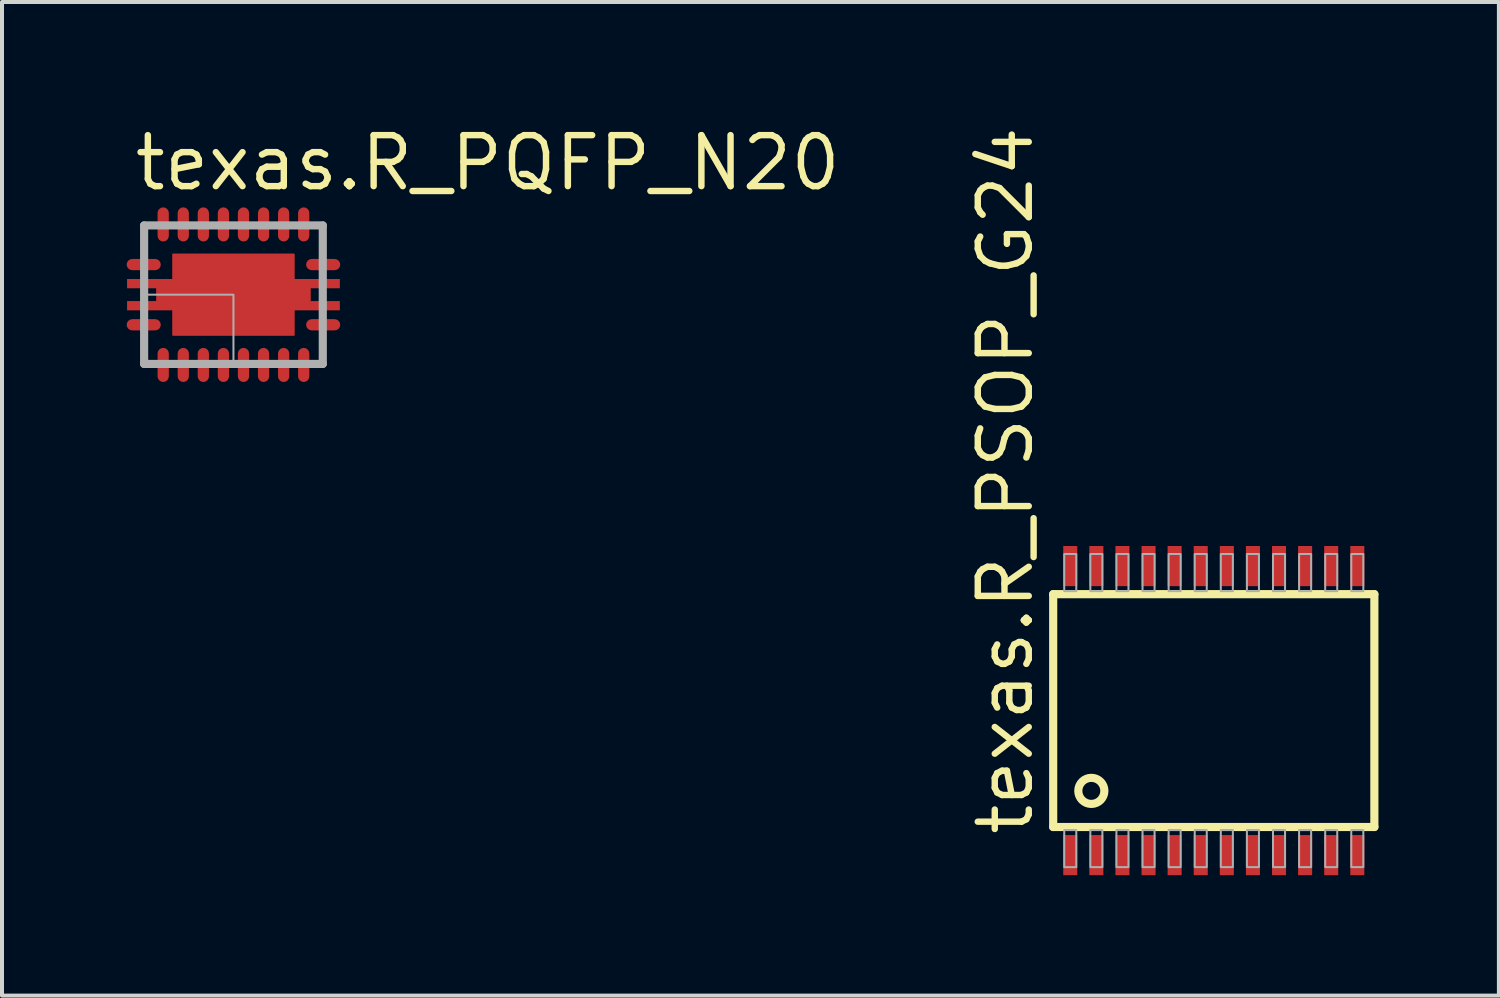
<source format=kicad_pcb>
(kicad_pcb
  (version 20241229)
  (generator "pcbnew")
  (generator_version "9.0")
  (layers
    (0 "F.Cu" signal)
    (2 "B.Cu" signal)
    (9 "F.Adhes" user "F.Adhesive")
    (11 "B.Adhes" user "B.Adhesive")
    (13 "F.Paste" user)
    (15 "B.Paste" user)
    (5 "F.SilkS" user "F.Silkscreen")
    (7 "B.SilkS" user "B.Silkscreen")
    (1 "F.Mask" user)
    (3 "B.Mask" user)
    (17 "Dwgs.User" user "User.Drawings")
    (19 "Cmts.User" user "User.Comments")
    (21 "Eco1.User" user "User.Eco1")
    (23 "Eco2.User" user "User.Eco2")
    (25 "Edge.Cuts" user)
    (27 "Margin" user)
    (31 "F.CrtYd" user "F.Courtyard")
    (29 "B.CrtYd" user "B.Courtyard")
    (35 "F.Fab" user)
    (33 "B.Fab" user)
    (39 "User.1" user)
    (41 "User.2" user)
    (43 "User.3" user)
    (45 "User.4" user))
  (footprint "texas.R_PQFP_N20"
    (layer "F.Cu")
    (at 2.765 4.29)
    (property "Reference" "texas.R_PQFP_N20" (at -2.54 -2.54 0) (layer "F.SilkS") (effects (font (size 1.27 1.27) (thickness 0.16)) (justify left bottom)))
    (attr smd)
    (fp_rect (start -2.74 -0.54) (end -1.94 -0.96) (stroke (width 0.05) (type default)) (fill yes) (layer "F.Mask"))
    (fp_rect (start -2.74 0.96) (end -1.94 0.54) (stroke (width 0.05) (type default)) (fill yes) (layer "F.Mask"))
    (fp_rect (start -2.675 -0.15) (end -1.5 -0.4) (stroke (width 0.05) (type default)) (fill yes) (layer "F.Mask"))
    (fp_rect (start -2.675 0.4) (end -1.5 0.15) (stroke (width 0.05) (type default)) (fill yes) (layer "F.Mask"))
    (fp_rect (start -1.96 -1.44) (end -1.54 -2.24) (stroke (width 0.05) (type default)) (fill yes) (layer "F.Mask"))
    (fp_rect (start -1.96 2.24) (end -1.54 1.44) (stroke (width 0.05) (type default)) (fill yes) (layer "F.Mask"))
    (fp_rect (start -1.95 0.175) (end -1.5 -0.175) (stroke (width 0.05) (type default)) (fill yes) (layer "F.Mask"))
    (fp_rect (start -1.55 1.05) (end 1.55 -1.05) (stroke (width 0.05) (type default)) (fill yes) (layer "F.Mask"))
    (fp_rect (start -1.46 -1.44) (end -1.04 -2.24) (stroke (width 0.05) (type default)) (fill yes) (layer "F.Mask"))
    (fp_rect (start -1.46 2.24) (end -1.04 1.44) (stroke (width 0.05) (type default)) (fill yes) (layer "F.Mask"))
    (fp_rect (start -0.96 -1.44) (end -0.54 -2.24) (stroke (width 0.05) (type default)) (fill yes) (layer "F.Mask"))
    (fp_rect (start -0.96 2.24) (end -0.54 1.44) (stroke (width 0.05) (type default)) (fill yes) (layer "F.Mask"))
    (fp_rect (start -0.46 -1.44) (end -0.04 -2.24) (stroke (width 0.05) (type default)) (fill yes) (layer "F.Mask"))
    (fp_rect (start -0.46 2.24) (end -0.04 1.44) (stroke (width 0.05) (type default)) (fill yes) (layer "F.Mask"))
    (fp_rect (start 0.04 -1.44) (end 0.46 -2.24) (stroke (width 0.05) (type default)) (fill yes) (layer "F.Mask"))
    (fp_rect (start 0.04 2.24) (end 0.46 1.44) (stroke (width 0.05) (type default)) (fill yes) (layer "F.Mask"))
    (fp_rect (start 0.54 -1.44) (end 0.96 -2.24) (stroke (width 0.05) (type default)) (fill yes) (layer "F.Mask"))
    (fp_rect (start 0.54 2.24) (end 0.96 1.44) (stroke (width 0.05) (type default)) (fill yes) (layer "F.Mask"))
    (fp_rect (start 1.04 -1.44) (end 1.46 -2.24) (stroke (width 0.05) (type default)) (fill yes) (layer "F.Mask"))
    (fp_rect (start 1.04 2.24) (end 1.46 1.44) (stroke (width 0.05) (type default)) (fill yes) (layer "F.Mask"))
    (fp_rect (start 1.5 -0.15) (end 2.675 -0.4) (stroke (width 0.05) (type default)) (fill yes) (layer "F.Mask"))
    (fp_rect (start 1.5 0.175) (end 1.95 -0.175) (stroke (width 0.05) (type default)) (fill yes) (layer "F.Mask"))
    (fp_rect (start 1.5 0.4) (end 2.675 0.15) (stroke (width 0.05) (type default)) (fill yes) (layer "F.Mask"))
    (fp_rect (start 1.54 -1.44) (end 1.96 -2.24) (stroke (width 0.05) (type default)) (fill yes) (layer "F.Mask"))
    (fp_rect (start 1.54 2.24) (end 1.96 1.44) (stroke (width 0.05) (type default)) (fill yes) (layer "F.Mask"))
    (fp_rect (start 1.94 -0.54) (end 2.74 -0.96) (stroke (width 0.05) (type default)) (fill yes) (layer "F.Mask"))
    (fp_rect (start 1.94 0.96) (end 2.74 0.54) (stroke (width 0.05) (type default)) (fill yes) (layer "F.Mask"))
    (fp_circle (center -1.94 -0.75) (end -1.73 -0.75) (stroke (width 0.1) (type default)) (fill no) (layer "F.Mask"))
    (fp_circle (center -1.94 0.75) (end -1.73 0.75) (stroke (width 0.1) (type default)) (fill no) (layer "F.Mask"))
    (fp_circle (center -1.75 -1.44) (end -1.54 -1.44) (stroke (width 0.1) (type default)) (fill no) (layer "F.Mask"))
    (fp_circle (center -1.75 1.44) (end -1.54 1.44) (stroke (width 0.1) (type default)) (fill no) (layer "F.Mask"))
    (fp_circle (center -1.25 -1.44) (end -1.04 -1.44) (stroke (width 0.1) (type default)) (fill no) (layer "F.Mask"))
    (fp_circle (center -1.25 1.44) (end -1.04 1.44) (stroke (width 0.1) (type default)) (fill no) (layer "F.Mask"))
    (fp_circle (center -0.75 -1.44) (end -0.54 -1.44) (stroke (width 0.1) (type default)) (fill no) (layer "F.Mask"))
    (fp_circle (center -0.75 1.44) (end -0.54 1.44) (stroke (width 0.1) (type default)) (fill no) (layer "F.Mask"))
    (fp_circle (center -0.25 -1.44) (end -0.04 -1.44) (stroke (width 0.1) (type default)) (fill no) (layer "F.Mask"))
    (fp_circle (center -0.25 1.44) (end -0.04 1.44) (stroke (width 0.1) (type default)) (fill no) (layer "F.Mask"))
    (fp_circle (center 0.25 -1.44) (end 0.46 -1.44) (stroke (width 0.1) (type default)) (fill no) (layer "F.Mask"))
    (fp_circle (center 0.25 1.44) (end 0.46 1.44) (stroke (width 0.1) (type default)) (fill no) (layer "F.Mask"))
    (fp_circle (center 0.75 -1.44) (end 0.96 -1.44) (stroke (width 0.1) (type default)) (fill no) (layer "F.Mask"))
    (fp_circle (center 0.75 1.44) (end 0.96 1.44) (stroke (width 0.1) (type default)) (fill no) (layer "F.Mask"))
    (fp_circle (center 1.25 -1.44) (end 1.46 -1.44) (stroke (width 0.1) (type default)) (fill no) (layer "F.Mask"))
    (fp_circle (center 1.25 1.44) (end 1.46 1.44) (stroke (width 0.1) (type default)) (fill no) (layer "F.Mask"))
    (fp_circle (center 1.75 -1.44) (end 1.96 -1.44) (stroke (width 0.1) (type default)) (fill no) (layer "F.Mask"))
    (fp_circle (center 1.75 1.44) (end 1.96 1.44) (stroke (width 0.1) (type default)) (fill no) (layer "F.Mask"))
    (fp_circle (center 1.94 -0.75) (end 2.15 -0.75) (stroke (width 0.1) (type default)) (fill no) (layer "F.Mask"))
    (fp_circle (center 1.94 0.75) (end 2.15 0.75) (stroke (width 0.1) (type default)) (fill no) (layer "F.Mask"))
    (fp_rect (start -2.625 -0.635) (end -1.94 -0.865) (stroke (width 0.05) (type default)) (fill yes) (layer "F.Paste"))
    (fp_rect (start -2.625 -0.16) (end -1.725 -0.39) (stroke (width 0.05) (type default)) (fill yes) (layer "F.Paste"))
    (fp_rect (start -2.625 0.39) (end -1.725 0.16) (stroke (width 0.05) (type default)) (fill yes) (layer "F.Paste"))
    (fp_rect (start -2.625 0.865) (end -1.94 0.635) (stroke (width 0.05) (type default)) (fill yes) (layer "F.Paste"))
    (fp_rect (start -1.865 -1.44) (end -1.635 -2.125) (stroke (width 0.05) (type default)) (fill yes) (layer "F.Paste"))
    (fp_rect (start -1.865 2.125) (end -1.635 1.44) (stroke (width 0.05) (type default)) (fill yes) (layer "F.Paste"))
    (fp_rect (start -1.47 -0.15) (end -0.15 -0.97) (stroke (width 0.05) (type default)) (fill yes) (layer "F.Paste"))
    (fp_rect (start -1.47 0.97) (end -0.15 0.15) (stroke (width 0.05) (type default)) (fill yes) (layer "F.Paste"))
    (fp_rect (start -1.365 -1.44) (end -1.135 -2.125) (stroke (width 0.05) (type default)) (fill yes) (layer "F.Paste"))
    (fp_rect (start -1.365 2.125) (end -1.135 1.44) (stroke (width 0.05) (type default)) (fill yes) (layer "F.Paste"))
    (fp_rect (start -0.865 -1.44) (end -0.635 -2.125) (stroke (width 0.05) (type default)) (fill yes) (layer "F.Paste"))
    (fp_rect (start -0.865 2.125) (end -0.635 1.44) (stroke (width 0.05) (type default)) (fill yes) (layer "F.Paste"))
    (fp_rect (start -0.365 -1.44) (end -0.135 -2.125) (stroke (width 0.05) (type default)) (fill yes) (layer "F.Paste"))
    (fp_rect (start -0.365 2.125) (end -0.135 1.44) (stroke (width 0.05) (type default)) (fill yes) (layer "F.Paste"))
    (fp_rect (start 0.135 -1.44) (end 0.365 -2.125) (stroke (width 0.05) (type default)) (fill yes) (layer "F.Paste"))
    (fp_rect (start 0.135 2.125) (end 0.365 1.44) (stroke (width 0.05) (type default)) (fill yes) (layer "F.Paste"))
    (fp_rect (start 0.15 -0.15) (end 1.47 -0.97) (stroke (width 0.05) (type default)) (fill yes) (layer "F.Paste"))
    (fp_rect (start 0.15 0.97) (end 1.47 0.15) (stroke (width 0.05) (type default)) (fill yes) (layer "F.Paste"))
    (fp_rect (start 0.635 -1.44) (end 0.865 -2.125) (stroke (width 0.05) (type default)) (fill yes) (layer "F.Paste"))
    (fp_rect (start 0.635 2.125) (end 0.865 1.44) (stroke (width 0.05) (type default)) (fill yes) (layer "F.Paste"))
    (fp_rect (start 1.135 -1.44) (end 1.365 -2.125) (stroke (width 0.05) (type default)) (fill yes) (layer "F.Paste"))
    (fp_rect (start 1.135 2.125) (end 1.365 1.44) (stroke (width 0.05) (type default)) (fill yes) (layer "F.Paste"))
    (fp_rect (start 1.635 -1.44) (end 1.865 -2.125) (stroke (width 0.05) (type default)) (fill yes) (layer "F.Paste"))
    (fp_rect (start 1.635 2.125) (end 1.865 1.44) (stroke (width 0.05) (type default)) (fill yes) (layer "F.Paste"))
    (fp_rect (start 1.725 -0.16) (end 2.625 -0.39) (stroke (width 0.05) (type default)) (fill yes) (layer "F.Paste"))
    (fp_rect (start 1.725 0.39) (end 2.625 0.16) (stroke (width 0.05) (type default)) (fill yes) (layer "F.Paste"))
    (fp_rect (start 1.94 -0.635) (end 2.625 -0.865) (stroke (width 0.05) (type default)) (fill yes) (layer "F.Paste"))
    (fp_rect (start 1.94 0.865) (end 2.625 0.635) (stroke (width 0.05) (type default)) (fill yes) (layer "F.Paste"))
    (fp_circle (center -1.94 -0.75) (end -1.825 -0.75) (stroke (width 0.1) (type default)) (fill no) (layer "F.Paste"))
    (fp_circle (center -1.94 0.75) (end -1.825 0.75) (stroke (width 0.1) (type default)) (fill no) (layer "F.Paste"))
    (fp_circle (center -1.75 -1.44) (end -1.635 -1.44) (stroke (width 0.1) (type default)) (fill no) (layer "F.Paste"))
    (fp_circle (center -1.75 1.44) (end -1.635 1.44) (stroke (width 0.1) (type default)) (fill no) (layer "F.Paste"))
    (fp_circle (center -1.25 -1.44) (end -1.135 -1.44) (stroke (width 0.1) (type default)) (fill no) (layer "F.Paste"))
    (fp_circle (center -1.25 1.44) (end -1.135 1.44) (stroke (width 0.1) (type default)) (fill no) (layer "F.Paste"))
    (fp_circle (center -0.75 -1.44) (end -0.635 -1.44) (stroke (width 0.1) (type default)) (fill no) (layer "F.Paste"))
    (fp_circle (center -0.75 1.44) (end -0.635 1.44) (stroke (width 0.1) (type default)) (fill no) (layer "F.Paste"))
    (fp_circle (center -0.25 -1.44) (end -0.135 -1.44) (stroke (width 0.1) (type default)) (fill no) (layer "F.Paste"))
    (fp_circle (center -0.25 1.44) (end -0.135 1.44) (stroke (width 0.1) (type default)) (fill no) (layer "F.Paste"))
    (fp_circle (center 0.25 -1.44) (end 0.365 -1.44) (stroke (width 0.1) (type default)) (fill no) (layer "F.Paste"))
    (fp_circle (center 0.25 1.44) (end 0.365 1.44) (stroke (width 0.1) (type default)) (fill no) (layer "F.Paste"))
    (fp_circle (center 0.75 -1.44) (end 0.865 -1.44) (stroke (width 0.1) (type default)) (fill no) (layer "F.Paste"))
    (fp_circle (center 0.75 1.44) (end 0.865 1.44) (stroke (width 0.1) (type default)) (fill no) (layer "F.Paste"))
    (fp_circle (center 1.25 -1.44) (end 1.365 -1.44) (stroke (width 0.1) (type default)) (fill no) (layer "F.Paste"))
    (fp_circle (center 1.25 1.44) (end 1.365 1.44) (stroke (width 0.1) (type default)) (fill no) (layer "F.Paste"))
    (fp_circle (center 1.75 -1.44) (end 1.865 -1.44) (stroke (width 0.1) (type default)) (fill no) (layer "F.Paste"))
    (fp_circle (center 1.75 1.44) (end 1.865 1.44) (stroke (width 0.1) (type default)) (fill no) (layer "F.Paste"))
    (fp_circle (center 1.94 -0.75) (end 2.055 -0.75) (stroke (width 0.1) (type default)) (fill no) (layer "F.Paste"))
    (fp_circle (center 1.94 0.75) (end 2.055 0.75) (stroke (width 0.1) (type default)) (fill no) (layer "F.Paste"))
    (fp_line (start -2.225 -1.725) (end 2.225 -1.725) (stroke (width 0.203) (type default)) (layer "F.Fab"))
    (fp_line (start -2.225 1.725) (end -2.225 -1.725) (stroke (width 0.203) (type default)) (layer "F.Fab"))
    (fp_line (start 2.225 -1.725) (end 2.225 1.725) (stroke (width 0.203) (type default)) (layer "F.Fab"))
    (fp_line (start 2.225 1.725) (end -2.225 1.725) (stroke (width 0.203) (type default)) (layer "F.Fab"))
    (fp_rect (start -2.215 1.725) (end 0 0) (stroke (width 0.05) (type default)) (fill no) (layer "F.Fab"))
    (pad "1" smd roundrect (at -2.235 0.75) (size 0.85 0.28) (layers "F.Cu" "F.Mask" "F.Paste") (roundrect_rratio 0.5))
    (pad "2" smd roundrect (at -1.75 1.75 90) (size 0.85 0.28) (layers "F.Cu" "F.Mask" "F.Paste") (roundrect_rratio 0.5))
    (pad "3" smd roundrect (at -1.25 1.75 90) (size 0.85 0.28) (layers "F.Cu" "F.Mask" "F.Paste") (roundrect_rratio 0.5))
    (pad "4" smd roundrect (at -0.75 1.75 90) (size 0.85 0.28) (layers "F.Cu" "F.Mask" "F.Paste") (roundrect_rratio 0.5))
    (pad "5" smd roundrect (at -0.25 1.75 90) (size 0.85 0.28) (layers "F.Cu" "F.Mask" "F.Paste") (roundrect_rratio 0.5))
    (pad "6" smd roundrect (at 0.25 1.75 90) (size 0.85 0.28) (layers "F.Cu" "F.Mask" "F.Paste") (roundrect_rratio 0.5))
    (pad "7" smd roundrect (at 0.75 1.75 90) (size 0.85 0.28) (layers "F.Cu" "F.Mask" "F.Paste") (roundrect_rratio 0.5))
    (pad "8" smd roundrect (at 1.25 1.75 90) (size 0.85 0.28) (layers "F.Cu" "F.Mask" "F.Paste") (roundrect_rratio 0.5))
    (pad "9" smd roundrect (at 1.75 1.75 90) (size 0.85 0.28) (layers "F.Cu" "F.Mask" "F.Paste") (roundrect_rratio 0.5))
    (pad "10" smd roundrect (at 2.235 0.75 180) (size 0.85 0.28) (layers "F.Cu" "F.Mask" "F.Paste") (roundrect_rratio 0.5))
    (pad "11" smd roundrect (at 2.235 -0.75 180) (size 0.85 0.28) (layers "F.Cu" "F.Mask" "F.Paste") (roundrect_rratio 0.5))
    (pad "12" smd roundrect (at 1.75 -1.75 270) (size 0.85 0.28) (layers "F.Cu" "F.Mask" "F.Paste") (roundrect_rratio 0.5))
    (pad "13" smd roundrect (at 1.25 -1.75 270) (size 0.85 0.28) (layers "F.Cu" "F.Mask" "F.Paste") (roundrect_rratio 0.5))
    (pad "14" smd roundrect (at 0.75 -1.75 270) (size 0.85 0.28) (layers "F.Cu" "F.Mask" "F.Paste") (roundrect_rratio 0.5))
    (pad "15" smd roundrect (at 0.25 -1.75 270) (size 0.85 0.28) (layers "F.Cu" "F.Mask" "F.Paste") (roundrect_rratio 0.5))
    (pad "16" smd roundrect (at -0.25 -1.75 270) (size 0.85 0.28) (layers "F.Cu" "F.Mask" "F.Paste") (roundrect_rratio 0.5))
    (pad "17" smd roundrect (at -0.75 -1.75 270) (size 0.85 0.28) (layers "F.Cu" "F.Mask" "F.Paste") (roundrect_rratio 0.5))
    (pad "18" smd roundrect (at -1.25 -1.75 270) (size 0.85 0.28) (layers "F.Cu" "F.Mask" "F.Paste") (roundrect_rratio 0.5))
    (pad "19" smd roundrect (at -1.75 -1.75 270) (size 0.85 0.28) (layers "F.Cu" "F.Mask" "F.Paste") (roundrect_rratio 0.5))
    (pad "20" smd roundrect (at -2.235 -0.75) (size 0.85 0.28) (layers "F.Cu" "F.Mask" "F.Paste") (roundrect_rratio 0.5))
    (pad "E@1" smd roundrect (at 0 0) (size 3.05 2.05) (layers "F.Cu" "F.Mask" "F.Paste") (roundrect_rratio 0.01))
    (pad "E@2" smd roundrect (at 0.0001 0) (size 3.85 0.5) (layers "F.Cu" "F.Mask" "F.Paste") (roundrect_rratio 0.01))
    (pad "E@3" smd roundrect (at 0 -0.275) (size 5.3 0.23) (layers "F.Cu" "F.Mask" "F.Paste") (roundrect_rratio 0.01))
    (pad "E@4" smd roundrect (at 0 0.275) (size 5.3 0.23) (layers "F.Cu" "F.Mask" "F.Paste") (roundrect_rratio 0.01)))
  (footprint "texas.R_PSOP_G24"
    (layer "F.Cu")
    (at 27.184 14.65)
    (property "Reference" "texas.R_PSOP_G24" (at -4.445 3.175 90) (layer "F.SilkS") (effects (font (size 1.27 1.27) (thickness 0.16)) (justify left bottom)))
    (attr smd)
    (fp_line (start -4 -2.9) (end 4 -2.9) (stroke (width 0.203) (type default)) (layer "F.SilkS"))
    (fp_line (start -4 2.9) (end -4 -2.9) (stroke (width 0.203) (type default)) (layer "F.SilkS"))
    (fp_line (start 4 -2.9) (end 4 2.9) (stroke (width 0.203) (type default)) (layer "F.SilkS"))
    (fp_line (start 4 2.9) (end -4 2.9) (stroke (width 0.203) (type default)) (layer "F.SilkS"))
    (fp_circle (center -3.05 2) (end -2.725 2) (stroke (width 0.203) (type default)) (fill no) (layer "F.SilkS"))
    (fp_rect (start -3.725 -2.975) (end -3.425 -3.9) (stroke (width 0.05) (type default)) (fill no) (layer "F.Fab"))
    (fp_rect (start -3.725 3.9) (end -3.425 2.975) (stroke (width 0.05) (type default)) (fill no) (layer "F.Fab"))
    (fp_rect (start -3.075 -2.975) (end -2.775 -3.9) (stroke (width 0.05) (type default)) (fill no) (layer "F.Fab"))
    (fp_rect (start -3.075 3.9) (end -2.775 2.975) (stroke (width 0.05) (type default)) (fill no) (layer "F.Fab"))
    (fp_rect (start -2.425 -2.975) (end -2.125 -3.9) (stroke (width 0.05) (type default)) (fill no) (layer "F.Fab"))
    (fp_rect (start -2.425 3.9) (end -2.125 2.975) (stroke (width 0.05) (type default)) (fill no) (layer "F.Fab"))
    (fp_rect (start -1.775 -2.975) (end -1.475 -3.9) (stroke (width 0.05) (type default)) (fill no) (layer "F.Fab"))
    (fp_rect (start -1.775 3.9) (end -1.475 2.975) (stroke (width 0.05) (type default)) (fill no) (layer "F.Fab"))
    (fp_rect (start -1.125 -2.975) (end -0.825 -3.9) (stroke (width 0.05) (type default)) (fill no) (layer "F.Fab"))
    (fp_rect (start -1.125 3.9) (end -0.825 2.975) (stroke (width 0.05) (type default)) (fill no) (layer "F.Fab"))
    (fp_rect (start -0.475 -2.975) (end -0.175 -3.9) (stroke (width 0.05) (type default)) (fill no) (layer "F.Fab"))
    (fp_rect (start -0.475 3.9) (end -0.175 2.975) (stroke (width 0.05) (type default)) (fill no) (layer "F.Fab"))
    (fp_rect (start 0.175 -2.975) (end 0.475 -3.9) (stroke (width 0.05) (type default)) (fill no) (layer "F.Fab"))
    (fp_rect (start 0.175 3.9) (end 0.475 2.975) (stroke (width 0.05) (type default)) (fill no) (layer "F.Fab"))
    (fp_rect (start 0.825 -2.975) (end 1.125 -3.9) (stroke (width 0.05) (type default)) (fill no) (layer "F.Fab"))
    (fp_rect (start 0.825 3.9) (end 1.125 2.975) (stroke (width 0.05) (type default)) (fill no) (layer "F.Fab"))
    (fp_rect (start 1.475 -2.975) (end 1.775 -3.9) (stroke (width 0.05) (type default)) (fill no) (layer "F.Fab"))
    (fp_rect (start 1.475 3.9) (end 1.775 2.975) (stroke (width 0.05) (type default)) (fill no) (layer "F.Fab"))
    (fp_rect (start 2.125 -2.975) (end 2.425 -3.9) (stroke (width 0.05) (type default)) (fill no) (layer "F.Fab"))
    (fp_rect (start 2.125 3.9) (end 2.425 2.975) (stroke (width 0.05) (type default)) (fill no) (layer "F.Fab"))
    (fp_rect (start 2.775 -2.975) (end 3.075 -3.9) (stroke (width 0.05) (type default)) (fill no) (layer "F.Fab"))
    (fp_rect (start 2.775 3.9) (end 3.075 2.975) (stroke (width 0.05) (type default)) (fill no) (layer "F.Fab"))
    (fp_rect (start 3.425 -2.975) (end 3.725 -3.9) (stroke (width 0.05) (type default)) (fill no) (layer "F.Fab"))
    (fp_rect (start 3.425 3.9) (end 3.725 2.975) (stroke (width 0.05) (type default)) (fill no) (layer "F.Fab"))
    (pad "1" smd roundrect (at -3.575 3.6) (size 0.35 1) (layers "F.Cu" "F.Mask" "F.Paste") (roundrect_rratio 0.01))
    (pad "2" smd roundrect (at -2.925 3.6) (size 0.35 1) (layers "F.Cu" "F.Mask" "F.Paste") (roundrect_rratio 0.01))
    (pad "3" smd roundrect (at -2.275 3.6) (size 0.35 1) (layers "F.Cu" "F.Mask" "F.Paste") (roundrect_rratio 0.01))
    (pad "4" smd roundrect (at -1.625 3.6) (size 0.35 1) (layers "F.Cu" "F.Mask" "F.Paste") (roundrect_rratio 0.01))
    (pad "5" smd roundrect (at -0.975 3.6) (size 0.35 1) (layers "F.Cu" "F.Mask" "F.Paste") (roundrect_rratio 0.01))
    (pad "6" smd roundrect (at -0.325 3.6) (size 0.35 1) (layers "F.Cu" "F.Mask" "F.Paste") (roundrect_rratio 0.01))
    (pad "7" smd roundrect (at 0.325 3.6) (size 0.35 1) (layers "F.Cu" "F.Mask" "F.Paste") (roundrect_rratio 0.01))
    (pad "8" smd roundrect (at 0.975 3.6) (size 0.35 1) (layers "F.Cu" "F.Mask" "F.Paste") (roundrect_rratio 0.01))
    (pad "9" smd roundrect (at 1.625 3.6) (size 0.35 1) (layers "F.Cu" "F.Mask" "F.Paste") (roundrect_rratio 0.01))
    (pad "10" smd roundrect (at 2.275 3.6) (size 0.35 1) (layers "F.Cu" "F.Mask" "F.Paste") (roundrect_rratio 0.01))
    (pad "11" smd roundrect (at 2.925 3.6) (size 0.35 1) (layers "F.Cu" "F.Mask" "F.Paste") (roundrect_rratio 0.01))
    (pad "12" smd roundrect (at 3.575 3.6) (size 0.35 1) (layers "F.Cu" "F.Mask" "F.Paste") (roundrect_rratio 0.01))
    (pad "13" smd roundrect (at 3.575 -3.6 180) (size 0.35 1) (layers "F.Cu" "F.Mask" "F.Paste") (roundrect_rratio 0.01))
    (pad "14" smd roundrect (at 2.925 -3.6 180) (size 0.35 1) (layers "F.Cu" "F.Mask" "F.Paste") (roundrect_rratio 0.01))
    (pad "15" smd roundrect (at 2.275 -3.6 180) (size 0.35 1) (layers "F.Cu" "F.Mask" "F.Paste") (roundrect_rratio 0.01))
    (pad "16" smd roundrect (at 1.625 -3.6 180) (size 0.35 1) (layers "F.Cu" "F.Mask" "F.Paste") (roundrect_rratio 0.01))
    (pad "17" smd roundrect (at 0.975 -3.6 180) (size 0.35 1) (layers "F.Cu" "F.Mask" "F.Paste") (roundrect_rratio 0.01))
    (pad "18" smd roundrect (at 0.325 -3.6 180) (size 0.35 1) (layers "F.Cu" "F.Mask" "F.Paste") (roundrect_rratio 0.01))
    (pad "19" smd roundrect (at -0.325 -3.6 180) (size 0.35 1) (layers "F.Cu" "F.Mask" "F.Paste") (roundrect_rratio 0.01))
    (pad "20" smd roundrect (at -0.975 -3.6 180) (size 0.35 1) (layers "F.Cu" "F.Mask" "F.Paste") (roundrect_rratio 0.01))
    (pad "21" smd roundrect (at -1.625 -3.6 180) (size 0.35 1) (layers "F.Cu" "F.Mask" "F.Paste") (roundrect_rratio 0.01))
    (pad "22" smd roundrect (at -2.275 -3.6 180) (size 0.35 1) (layers "F.Cu" "F.Mask" "F.Paste") (roundrect_rratio 0.01))
    (pad "23" smd roundrect (at -2.925 -3.6 180) (size 0.35 1) (layers "F.Cu" "F.Mask" "F.Paste") (roundrect_rratio 0.01))
    (pad "24" smd roundrect (at -3.575 -3.6 180) (size 0.35 1) (layers "F.Cu" "F.Mask" "F.Paste") (roundrect_rratio 0.01)))
  (gr_rect
    (start -3 -3)
    (end 34.286 21.75)
    (stroke (width 0.1) (type default))
    (fill no)
    (layer "Edge.Cuts")))
</source>
